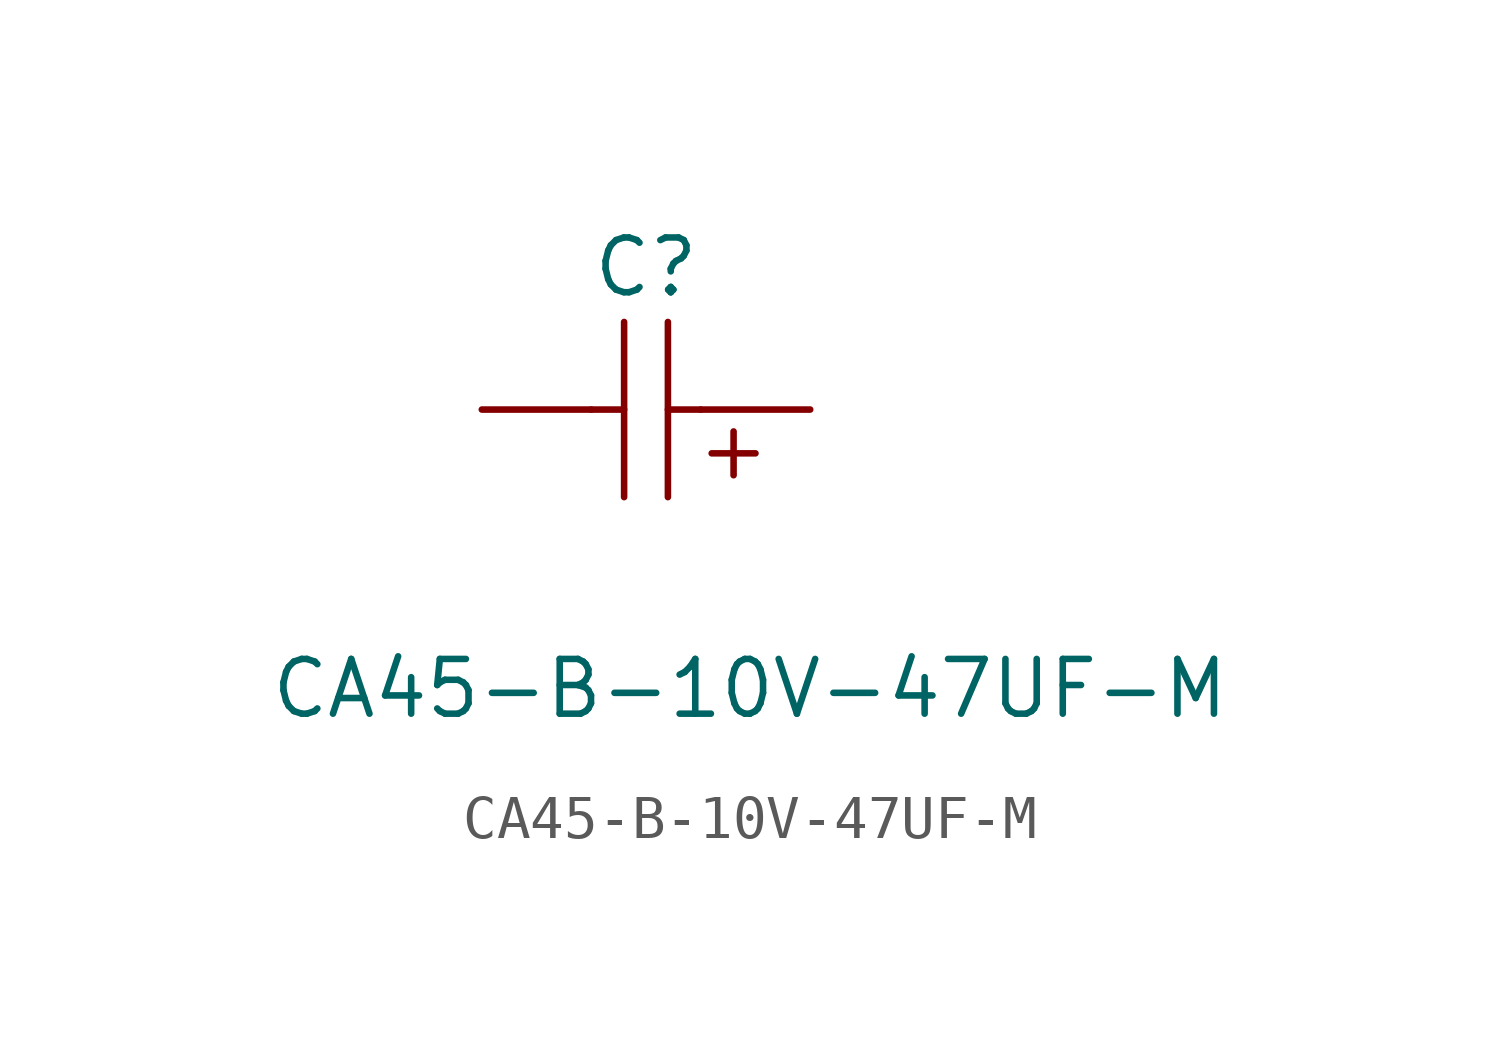
<source format=kicad_sym>
(kicad_symbol_lib
  (version 20220914)
  (generator kicad_symbol_editor)
  (symbol "CA45-B-10V-47UF-M"
    (pin_numbers hide)
    (pin_names hide)
    (property "Reference" "C"
      (at 0 3.302 0)
      (effects (font (size 1.27 1.27))))
    (property "Value" "CA45-B-10V-47UF-M"
      (at 2.413 -6.477 0)
      (effects (font (size 1.27 1.27))))
    (symbol "CA45-B-10V-47UF-M_0_1"
      (polyline (pts (xy -0.508 -2.032) (xy -0.508 2.032)) (stroke (width 0) (type default)) (fill (type none)))
      (polyline (pts (xy -0.508 0) (xy -1.27 0)) (stroke (width 0) (type default)) (fill (type none)))
      (polyline (pts (xy 0.508 -2.032) (xy 0.508 2.032)) (stroke (width 0) (type default)) (fill (type none)))
      (polyline (pts (xy 1.27 0) (xy 0.508 0)) (stroke (width 0) (type default)) (fill (type none)))
      (polyline (pts (xy 2.032 -1.524) (xy 2.032 -0.508)) (stroke (width 0) (type default)) (fill (type none)))
      (polyline (pts (xy 2.54 -1.016) (xy 1.524 -1.016)) (stroke (width 0) (type default)) (fill (type none)))
      (pin input line (at 3.81 0 180) (length 2.54) (name "1" (effects (font (size 1 1)))) (number "1" (effects (font (size 1 1)))))
      (pin input line (at -3.81 0 0) (length 2.54) (name "2" (effects (font (size 1 1)))) (number "2" (effects (font (size 1 1))))))))
</source>
